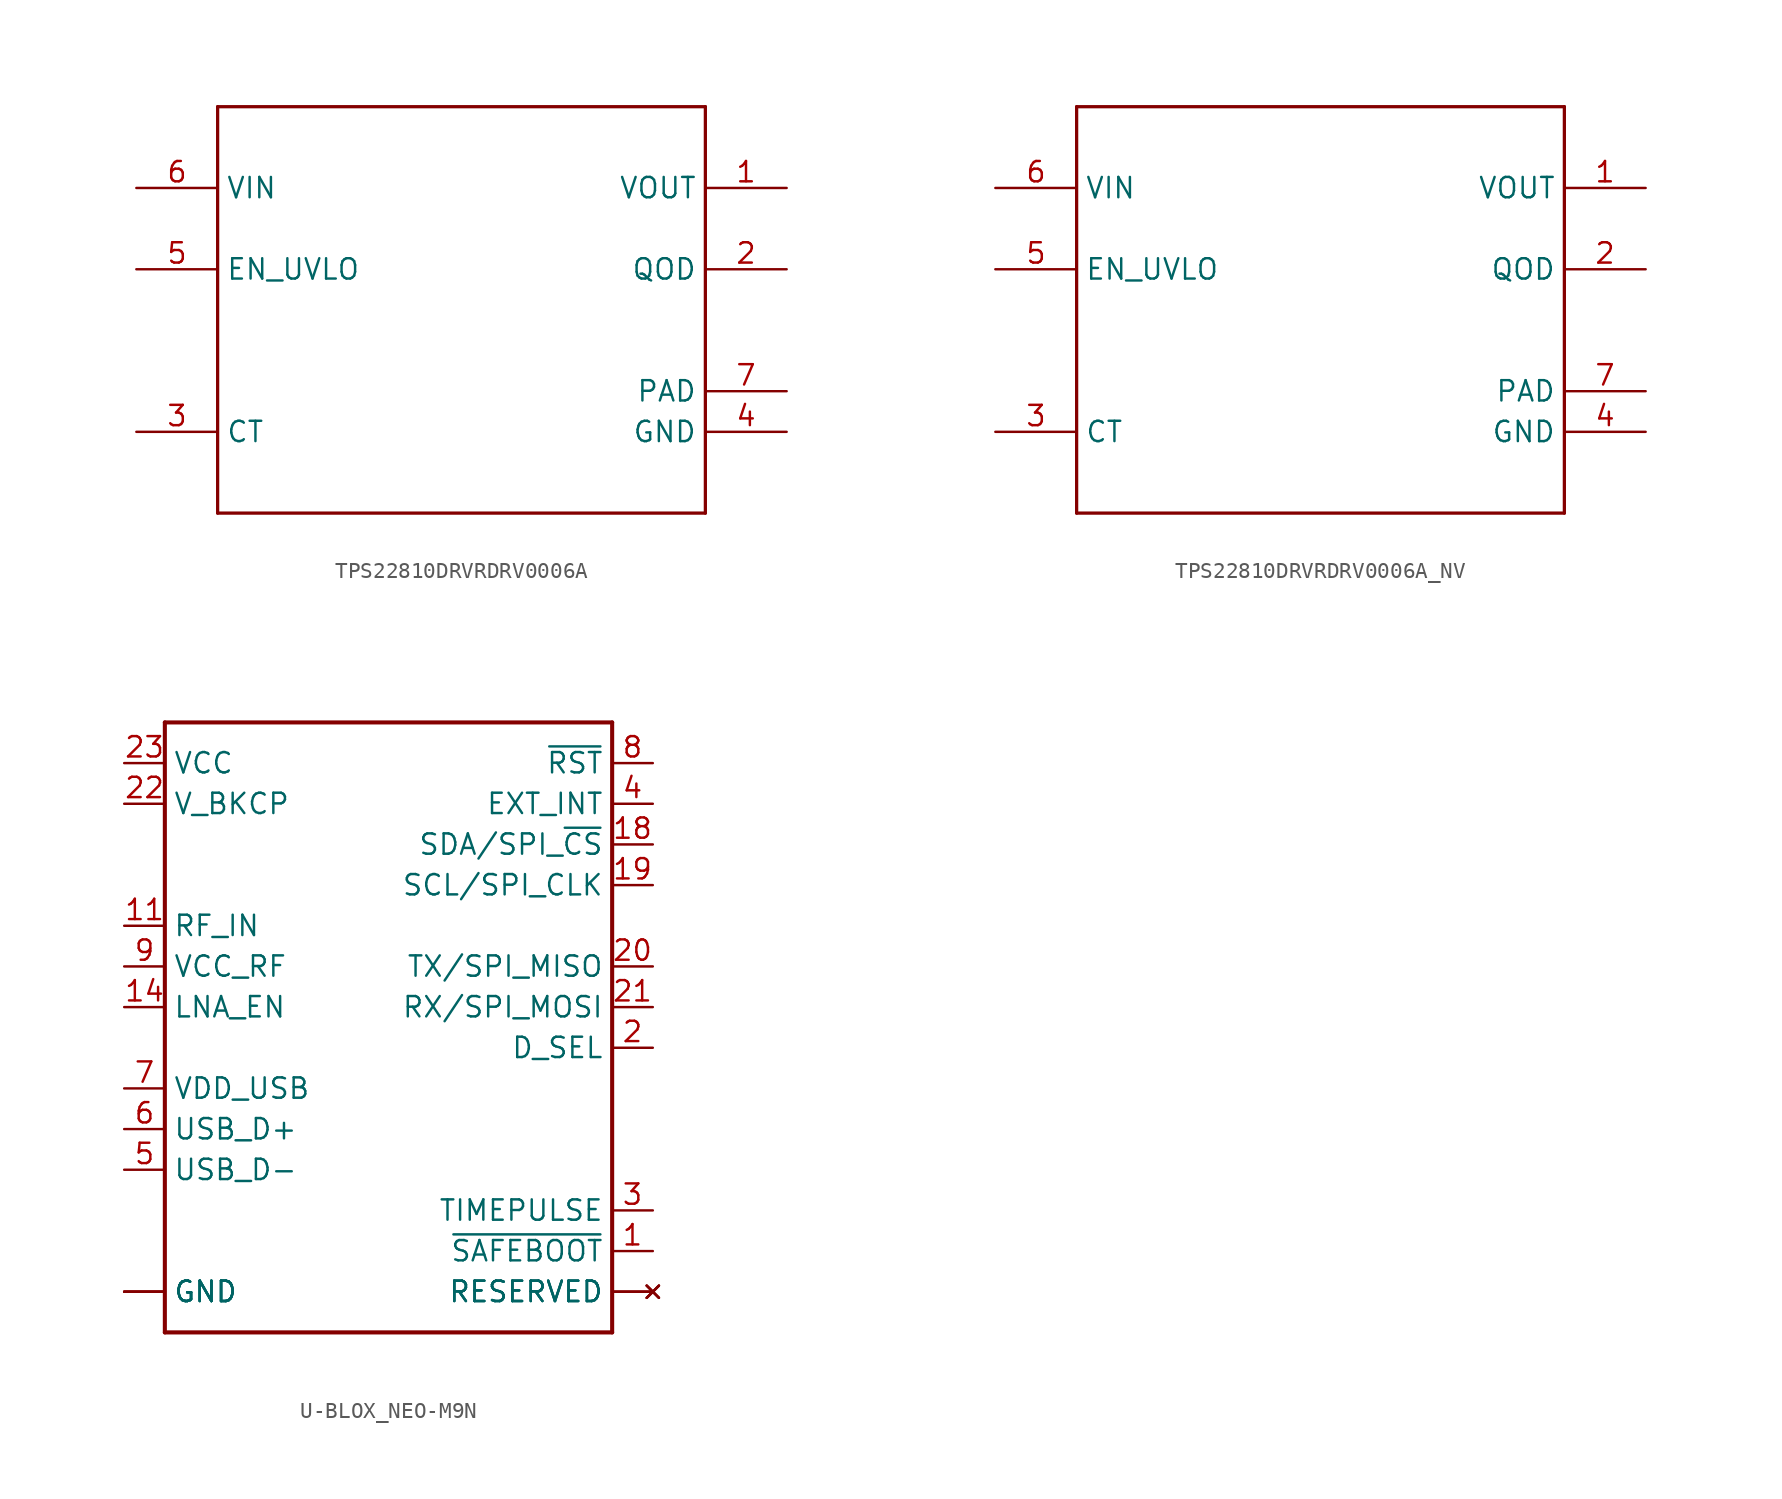
<source format=kicad_sym>
(kicad_symbol_lib
  (version 20231120)
  (generator "kicad_symbol_editor")
  (generator_version "8.0")
  (symbol "TPS22810DRVRDRV0006A"
    (property "Reference" "U"
      (at -4.725 1.499 0)
      (effects (font (size 2.083 1.77)) (justify left bottom) (hide yes)))
    (property "ki_locked" ""
      (at 0 0 0)
      (effects (font (size 1.27 1.27))))
    (symbol "TPS22810DRVRDRV0006A_1_0"
      (polyline (pts (xy -15.24 -12.7) (xy 15.24 -12.7)) (stroke (width 0.203) (type solid)) (fill (type none)))
      (polyline (pts (xy -15.24 12.7) (xy -15.24 -12.7)) (stroke (width 0.203) (type solid)) (fill (type none)))
      (polyline (pts (xy 15.24 -12.7) (xy 15.24 12.7)) (stroke (width 0.203) (type solid)) (fill (type none)))
      (polyline (pts (xy 15.24 12.7) (xy -15.24 12.7)) (stroke (width 0.203) (type solid)) (fill (type none)))
      (pin power_in line (at 20.32 7.62 180) (length 5.08) (name "VOUT" (effects (font (size 1.27 1.27)))) (number "1" (effects (font (size 1.27 1.27)))))
      (pin output line (at 20.32 2.54 180) (length 5.08) (name "QOD" (effects (font (size 1.27 1.27)))) (number "2" (effects (font (size 1.27 1.27)))))
      (pin passive line (at -20.32 -7.62 0) (length 5.08) (name "CT" (effects (font (size 1.27 1.27)))) (number "3" (effects (font (size 1.27 1.27)))))
      (pin power_in line (at 20.32 -7.62 180) (length 5.08) (name "GND" (effects (font (size 1.27 1.27)))) (number "4" (effects (font (size 1.27 1.27)))))
      (pin input line (at -20.32 2.54 0) (length 5.08) (name "EN_UVLO" (effects (font (size 1.27 1.27)))) (number "5" (effects (font (size 1.27 1.27)))))
      (pin power_in line (at -20.32 7.62 0) (length 5.08) (name "VIN" (effects (font (size 1.27 1.27)))) (number "6" (effects (font (size 1.27 1.27)))))
      (pin power_in line (at 20.32 -5.08 180) (length 5.08) (name "PAD" (effects (font (size 1.27 1.27)))) (number "7" (effects (font (size 1.27 1.27)))))))
  (symbol "TPS22810DRVRDRV0006A_NV"
    (property "Reference" "U"
      (at -4.725 1.499 0)
      (effects (font (size 2.083 1.77)) (justify left bottom) (hide yes)))
    (property "ki_locked" ""
      (at 0 0 0)
      (effects (font (size 1.27 1.27))))
    (symbol "TPS22810DRVRDRV0006A_NV_1_0"
      (polyline (pts (xy -15.24 -12.7) (xy 15.24 -12.7)) (stroke (width 0.203) (type solid)) (fill (type none)))
      (polyline (pts (xy -15.24 12.7) (xy -15.24 -12.7)) (stroke (width 0.203) (type solid)) (fill (type none)))
      (polyline (pts (xy 15.24 -12.7) (xy 15.24 12.7)) (stroke (width 0.203) (type solid)) (fill (type none)))
      (polyline (pts (xy 15.24 12.7) (xy -15.24 12.7)) (stroke (width 0.203) (type solid)) (fill (type none)))
      (pin power_in line (at 20.32 7.62 180) (length 5.08) (name "VOUT" (effects (font (size 1.27 1.27)))) (number "1" (effects (font (size 1.27 1.27)))))
      (pin output line (at 20.32 2.54 180) (length 5.08) (name "QOD" (effects (font (size 1.27 1.27)))) (number "2" (effects (font (size 1.27 1.27)))))
      (pin passive line (at -20.32 -7.62 0) (length 5.08) (name "CT" (effects (font (size 1.27 1.27)))) (number "3" (effects (font (size 1.27 1.27)))))
      (pin power_in line (at 20.32 -7.62 180) (length 5.08) (name "GND" (effects (font (size 1.27 1.27)))) (number "4" (effects (font (size 1.27 1.27)))))
      (pin input line (at -20.32 2.54 0) (length 5.08) (name "EN_UVLO" (effects (font (size 1.27 1.27)))) (number "5" (effects (font (size 1.27 1.27)))))
      (pin power_in line (at -20.32 7.62 0) (length 5.08) (name "VIN" (effects (font (size 1.27 1.27)))) (number "6" (effects (font (size 1.27 1.27)))))
      (pin power_in line (at 20.32 -5.08 180) (length 5.08) (name "PAD" (effects (font (size 1.27 1.27)))) (number "7" (effects (font (size 1.27 1.27)))))))
  (symbol "U-BLOX_NEO-M9N"
    (property "Reference" "U"
      (at -12.7 18.288 0)
      (effects (font (size 1.778 1.511)) (justify left bottom) (hide yes)))
    (property "ki_locked" ""
      (at 0 0 0)
      (effects (font (size 1.27 1.27))))
    (symbol "U-BLOX_NEO-M9N_1_0"
      (polyline (pts (xy -12.7 -20.32) (xy -12.7 17.78)) (stroke (width 0.254) (type solid)) (fill (type none)))
      (polyline (pts (xy -12.7 17.78) (xy 15.24 17.78)) (stroke (width 0.254) (type solid)) (fill (type none)))
      (polyline (pts (xy 15.24 -20.32) (xy -12.7 -20.32)) (stroke (width 0.254) (type solid)) (fill (type none)))
      (polyline (pts (xy 15.24 17.78) (xy 15.24 -20.32)) (stroke (width 0.254) (type solid)) (fill (type none)))
      (pin bidirectional line (at 17.78 -15.24 180) (length 2.54) (name "~{SAFEBOOT}" (effects (font (size 1.27 1.27)))) (number "1" (effects (font (size 1.27 1.27)))))
      (pin bidirectional line (at -15.24 -17.78 0) (length 2.54) (name "GND" (effects (font (size 1.27 1.27)))) (number "10" (effects (font (size 0 0)))))
      (pin bidirectional line (at -15.24 5.08 0) (length 2.54) (name "RF_IN" (effects (font (size 1.27 1.27)))) (number "11" (effects (font (size 1.27 1.27)))))
      (pin bidirectional line (at -15.24 -17.78 0) (length 2.54) (name "GND" (effects (font (size 1.27 1.27)))) (number "12" (effects (font (size 0 0)))))
      (pin bidirectional line (at -15.24 -17.78 0) (length 2.54) (name "GND" (effects (font (size 1.27 1.27)))) (number "13" (effects (font (size 0 0)))))
      (pin bidirectional line (at -15.24 0 0) (length 2.54) (name "LNA_EN" (effects (font (size 1.27 1.27)))) (number "14" (effects (font (size 1.27 1.27)))))
      (pin no_connect line (at 17.78 -17.78 180) (length 2.54) (name "RESERVED" (effects (font (size 1.27 1.27)))) (number "15" (effects (font (size 0 0)))))
      (pin no_connect line (at 17.78 -17.78 180) (length 2.54) (name "RESERVED" (effects (font (size 1.27 1.27)))) (number "16" (effects (font (size 0 0)))))
      (pin no_connect line (at 17.78 -17.78 180) (length 2.54) (name "RESERVED" (effects (font (size 1.27 1.27)))) (number "17" (effects (font (size 0 0)))))
      (pin bidirectional line (at 17.78 10.16 180) (length 2.54) (name "SDA/SPI_~{CS}" (effects (font (size 1.27 1.27)))) (number "18" (effects (font (size 1.27 1.27)))))
      (pin bidirectional line (at 17.78 7.62 180) (length 2.54) (name "SCL/SPI_CLK" (effects (font (size 1.27 1.27)))) (number "19" (effects (font (size 1.27 1.27)))))
      (pin bidirectional line (at 17.78 -2.54 180) (length 2.54) (name "D_SEL" (effects (font (size 1.27 1.27)))) (number "2" (effects (font (size 1.27 1.27)))))
      (pin bidirectional line (at 17.78 2.54 180) (length 2.54) (name "TX/SPI_MISO" (effects (font (size 1.27 1.27)))) (number "20" (effects (font (size 1.27 1.27)))))
      (pin bidirectional line (at 17.78 0 180) (length 2.54) (name "RX/SPI_MOSI" (effects (font (size 1.27 1.27)))) (number "21" (effects (font (size 1.27 1.27)))))
      (pin bidirectional line (at -15.24 12.7 0) (length 2.54) (name "V_BKCP" (effects (font (size 1.27 1.27)))) (number "22" (effects (font (size 1.27 1.27)))))
      (pin bidirectional line (at -15.24 15.24 0) (length 2.54) (name "VCC" (effects (font (size 1.27 1.27)))) (number "23" (effects (font (size 1.27 1.27)))))
      (pin bidirectional line (at -15.24 -17.78 0) (length 2.54) (name "GND" (effects (font (size 1.27 1.27)))) (number "24" (effects (font (size 0 0)))))
      (pin bidirectional line (at 17.78 -12.7 180) (length 2.54) (name "TIMEPULSE" (effects (font (size 1.27 1.27)))) (number "3" (effects (font (size 1.27 1.27)))))
      (pin bidirectional line (at 17.78 12.7 180) (length 2.54) (name "EXT_INT" (effects (font (size 1.27 1.27)))) (number "4" (effects (font (size 1.27 1.27)))))
      (pin bidirectional line (at -15.24 -10.16 0) (length 2.54) (name "USB_D-" (effects (font (size 1.27 1.27)))) (number "5" (effects (font (size 1.27 1.27)))))
      (pin bidirectional line (at -15.24 -7.62 0) (length 2.54) (name "USB_D+" (effects (font (size 1.27 1.27)))) (number "6" (effects (font (size 1.27 1.27)))))
      (pin bidirectional line (at -15.24 -5.08 0) (length 2.54) (name "VDD_USB" (effects (font (size 1.27 1.27)))) (number "7" (effects (font (size 1.27 1.27)))))
      (pin bidirectional line (at 17.78 15.24 180) (length 2.54) (name "~{RST}" (effects (font (size 1.27 1.27)))) (number "8" (effects (font (size 1.27 1.27)))))
      (pin bidirectional line (at -15.24 2.54 0) (length 2.54) (name "VCC_RF" (effects (font (size 1.27 1.27)))) (number "9" (effects (font (size 1.27 1.27))))))))
</source>
